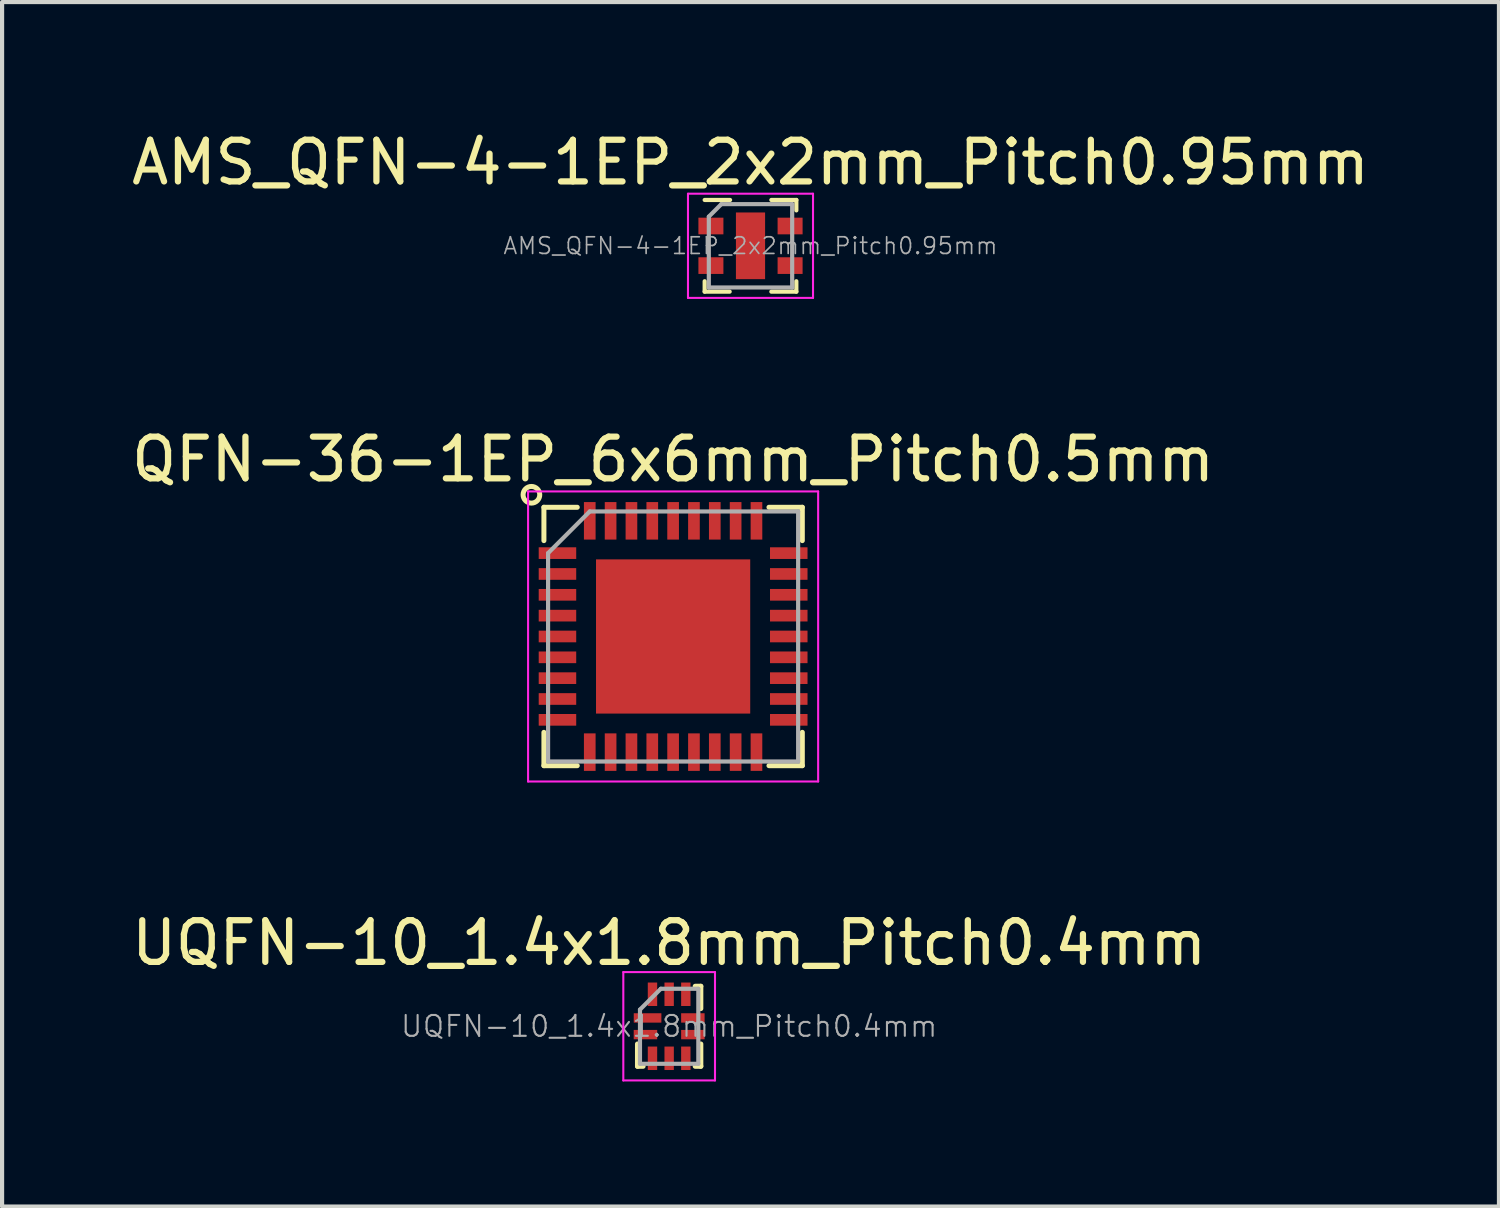
<source format=kicad_pcb>
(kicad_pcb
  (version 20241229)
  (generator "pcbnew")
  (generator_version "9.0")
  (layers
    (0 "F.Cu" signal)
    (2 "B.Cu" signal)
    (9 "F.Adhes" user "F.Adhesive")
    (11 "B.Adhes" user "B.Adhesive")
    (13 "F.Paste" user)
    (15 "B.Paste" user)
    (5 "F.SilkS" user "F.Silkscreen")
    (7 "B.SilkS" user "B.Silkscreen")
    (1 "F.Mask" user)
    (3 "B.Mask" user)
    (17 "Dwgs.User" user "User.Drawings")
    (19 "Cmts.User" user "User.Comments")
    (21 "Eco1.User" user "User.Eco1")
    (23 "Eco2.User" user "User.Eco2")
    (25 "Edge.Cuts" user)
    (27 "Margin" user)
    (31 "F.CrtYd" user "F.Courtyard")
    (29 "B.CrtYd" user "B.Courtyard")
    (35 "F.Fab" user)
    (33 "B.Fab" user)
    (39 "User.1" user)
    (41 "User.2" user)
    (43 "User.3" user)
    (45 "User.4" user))
  (footprint "UQFN-10_1.4x1.8mm_Pitch0.4mm"
    (layer "F.Cu")
    (at 13.006 21.575)
    (property "Reference" "UQFN-10_1.4x1.8mm_Pitch0.4mm" (at 0 -2 0) (layer "F.SilkS") (effects (font (size 1 1) (thickness 0.15))))
    (attr smd)
    (fp_line (start -0.76 0.96) (end -0.76 0.425) (stroke (width 0.12) (type solid)) (layer "F.SilkS"))
    (fp_line (start -0.625 0.96) (end -0.76 0.96) (stroke (width 0.12) (type solid)) (layer "F.SilkS"))
    (fp_line (start 0.76 -0.96) (end 0.625 -0.96) (stroke (width 0.12) (type solid)) (layer "F.SilkS"))
    (fp_line (start 0.76 -0.425) (end 0.76 -0.96) (stroke (width 0.12) (type solid)) (layer "F.SilkS"))
    (fp_line (start 0.76 0.96) (end 0.625 0.96) (stroke (width 0.12) (type solid)) (layer "F.SilkS"))
    (fp_line (start 0.76 0.96) (end 0.76 0.425) (stroke (width 0.12) (type solid)) (layer "F.SilkS"))
    (fp_line (start -1.1 1.3) (end -1.1 -1.3) (stroke (width 0.05) (type solid)) (layer "F.CrtYd"))
    (fp_line (start -1.1 1.3) (end 1.1 1.3) (stroke (width 0.05) (type solid)) (layer "F.CrtYd"))
    (fp_line (start 1.1 -1.3) (end -1.1 -1.3) (stroke (width 0.05) (type solid)) (layer "F.CrtYd"))
    (fp_line (start 1.1 -1.3) (end 1.1 1.3) (stroke (width 0.05) (type solid)) (layer "F.CrtYd"))
    (fp_line (start -0.7 -0.4) (end -0.7 0.9) (stroke (width 0.1) (type solid)) (layer "F.Fab"))
    (fp_line (start -0.7 0.9) (end 0.7 0.9) (stroke (width 0.1) (type solid)) (layer "F.Fab"))
    (fp_line (start -0.2 -0.9) (end -0.7 -0.4) (stroke (width 0.1) (type solid)) (layer "F.Fab"))
    (fp_line (start -0.2 -0.9) (end 0.7 -0.9) (stroke (width 0.1) (type solid)) (layer "F.Fab"))
    (fp_line (start 0.7 -0.9) (end 0.7 0.9) (stroke (width 0.1) (type solid)) (layer "F.Fab"))
    (fp_text user "${REFERENCE}" (at 0 0 0) (layer "F.Fab") (effects (font (size 0.5 0.5) (thickness 0.05))))
    (pad "1" smd rect (at -0.518 -0.2) (size 0.663 0.225) (layers "F.Cu" "F.Mask" "F.Paste"))
    (pad "2" smd rect (at -0.4 -0.768) (size 0.225 0.563) (layers "F.Cu" "F.Mask" "F.Paste"))
    (pad "3" smd rect (at 0 -0.768) (size 0.225 0.563) (layers "F.Cu" "F.Mask" "F.Paste"))
    (pad "4" smd rect (at 0.4 -0.768) (size 0.225 0.563) (layers "F.Cu" "F.Mask" "F.Paste"))
    (pad "5" smd rect (at 0.569 -0.2) (size 0.563 0.225) (layers "F.Cu" "F.Mask" "F.Paste"))
    (pad "6" smd rect (at 0.569 0.2) (size 0.563 0.225) (layers "F.Cu" "F.Mask" "F.Paste"))
    (pad "7" smd rect (at 0.4 0.768) (size 0.225 0.563) (layers "F.Cu" "F.Mask" "F.Paste"))
    (pad "8" smd rect (at 0 0.768) (size 0.225 0.563) (layers "F.Cu" "F.Mask" "F.Paste"))
    (pad "9" smd rect (at -0.4 0.768) (size 0.225 0.563) (layers "F.Cu" "F.Mask" "F.Paste"))
    (pad "10" smd rect (at -0.569 0.2) (size 0.563 0.225) (layers "F.Cu" "F.Mask" "F.Paste")))
  (footprint "AMS_QFN-4-1EP_2x2mm_Pitch0.95mm"
    (layer "F.Cu")
    (at 14.958 2.848)
    (property "Reference" "AMS_QFN-4-1EP_2x2mm_Pitch0.95mm" (at 0 -2 0) (layer "F.SilkS") (effects (font (size 1 1) (thickness 0.15))))
    (attr smd)
    (fp_line (start -1.1 1.1) (end -1.1 0.85) (stroke (width 0.1) (type solid)) (layer "F.SilkS"))
    (fp_line (start -1.1 1.1) (end -0.5 1.1) (stroke (width 0.1) (type solid)) (layer "F.SilkS"))
    (fp_line (start -0.49 -1.1) (end -1.1 -1.1) (stroke (width 0.1) (type solid)) (layer "F.SilkS"))
    (fp_line (start 1.1 -1.1) (end 0.5 -1.1) (stroke (width 0.1) (type solid)) (layer "F.SilkS"))
    (fp_line (start 1.1 -1.1) (end 1.1 -0.85) (stroke (width 0.1) (type solid)) (layer "F.SilkS"))
    (fp_line (start 1.1 1.1) (end 0.5 1.1) (stroke (width 0.1) (type solid)) (layer "F.SilkS"))
    (fp_line (start 1.1 1.1) (end 1.1 0.85) (stroke (width 0.1) (type solid)) (layer "F.SilkS"))
    (fp_line (start -1.5 -1.25) (end 1.5 -1.25) (stroke (width 0.05) (type solid)) (layer "F.CrtYd"))
    (fp_line (start -1.5 1.25) (end -1.5 -1.25) (stroke (width 0.05) (type solid)) (layer "F.CrtYd"))
    (fp_line (start 1.5 -1.25) (end 1.5 1.25) (stroke (width 0.05) (type solid)) (layer "F.CrtYd"))
    (fp_line (start 1.5 1.25) (end -1.5 1.25) (stroke (width 0.05) (type solid)) (layer "F.CrtYd"))
    (fp_line (start -1 -0.7) (end -0.7 -1) (stroke (width 0.1) (type solid)) (layer "F.Fab"))
    (fp_line (start -1 1) (end -1 -0.7) (stroke (width 0.1) (type solid)) (layer "F.Fab"))
    (fp_line (start -0.7 -1) (end 1 -1) (stroke (width 0.1) (type solid)) (layer "F.Fab"))
    (fp_line (start 1 -1) (end 1 1) (stroke (width 0.1) (type solid)) (layer "F.Fab"))
    (fp_line (start 1 1) (end -1 1) (stroke (width 0.1) (type solid)) (layer "F.Fab"))
    (fp_text user "${REFERENCE}" (at 0 0 0) (layer "F.Fab") (effects (font (size 0.4 0.4) (thickness 0.04))))
    (pad "" smd rect (at 0 0) (size 0.35 0.8) (layers "F.Paste"))
    (pad "1" smd rect (at -0.95 -0.475) (size 0.6 0.4) (layers "F.Cu" "F.Mask" "F.Paste"))
    (pad "2" smd rect (at -0.95 0.475) (size 0.6 0.4) (layers "F.Cu" "F.Mask" "F.Paste"))
    (pad "3" smd rect (at 0.95 0.475) (size 0.6 0.4) (layers "F.Cu" "F.Mask" "F.Paste"))
    (pad "4" smd rect (at 0.95 -0.475) (size 0.6 0.4) (layers "F.Cu" "F.Mask" "F.Paste"))
    (pad "5" smd rect (at 0 0) (size 0.7 1.6) (layers "F.Cu" "F.Mask")))
  (footprint "QFN-36-1EP_6x6mm_Pitch0.5mm"
    (layer "F.Cu")
    (at 13.101 12.222)
    (property "Reference" "QFN-36-1EP_6x6mm_Pitch0.5mm" (at 0 -4.25 0) (layer "F.SilkS") (effects (font (size 1 1) (thickness 0.15))))
    (attr smd)
    (fp_line (start -3.1 -3.1) (end -3.1 -2.3) (stroke (width 0.12) (type solid)) (layer "F.SilkS"))
    (fp_line (start -3.1 3.1) (end -3.1 2.3) (stroke (width 0.12) (type solid)) (layer "F.SilkS"))
    (fp_line (start -3.1 3.1) (end -2.3 3.1) (stroke (width 0.12) (type solid)) (layer "F.SilkS"))
    (fp_line (start -2.3 -3.1) (end -3.1 -3.1) (stroke (width 0.12) (type solid)) (layer "F.SilkS"))
    (fp_line (start 3.1 -3.1) (end 2.3 -3.1) (stroke (width 0.12) (type solid)) (layer "F.SilkS"))
    (fp_line (start 3.1 -3.1) (end 3.1 -2.3) (stroke (width 0.12) (type solid)) (layer "F.SilkS"))
    (fp_line (start 3.1 3.1) (end 2.3 3.1) (stroke (width 0.12) (type solid)) (layer "F.SilkS"))
    (fp_line (start 3.1 3.1) (end 3.1 2.3) (stroke (width 0.12) (type solid)) (layer "F.SilkS"))
    (fp_circle (center -3.4 -3.4) (end -3.2 -3.4) (stroke (width 0.12) (type solid)) (fill no) (layer "F.SilkS"))
    (fp_line (start -3.48 -3.48) (end -3.48 3.48) (stroke (width 0.05) (type solid)) (layer "F.CrtYd"))
    (fp_line (start -3.48 -3.48) (end 3.48 -3.48) (stroke (width 0.05) (type solid)) (layer "F.CrtYd"))
    (fp_line (start -3.48 3.48) (end 3.48 3.48) (stroke (width 0.05) (type solid)) (layer "F.CrtYd"))
    (fp_line (start 3.48 -3.48) (end 3.48 3.48) (stroke (width 0.05) (type solid)) (layer "F.CrtYd"))
    (fp_line (start -3 -2) (end -2 -3) (stroke (width 0.1) (type solid)) (layer "F.Fab"))
    (fp_line (start -3 3) (end -3 -2) (stroke (width 0.1) (type solid)) (layer "F.Fab"))
    (fp_line (start -2 -3) (end 3 -3) (stroke (width 0.1) (type solid)) (layer "F.Fab"))
    (fp_line (start 3 -3) (end 3 3) (stroke (width 0.1) (type solid)) (layer "F.Fab"))
    (fp_line (start 3 3) (end -3 3) (stroke (width 0.1) (type solid)) (layer "F.Fab"))
    (pad "1" smd rect (at -2.775 -2) (size 0.9 0.28) (layers "F.Cu" "F.Mask" "F.Paste"))
    (pad "2" smd rect (at -2.775 -1.5) (size 0.9 0.28) (layers "F.Cu" "F.Mask" "F.Paste"))
    (pad "3" smd rect (at -2.775 -1) (size 0.9 0.28) (layers "F.Cu" "F.Mask" "F.Paste"))
    (pad "4" smd rect (at -2.775 -0.5) (size 0.9 0.28) (layers "F.Cu" "F.Mask" "F.Paste"))
    (pad "5" smd rect (at -2.775 0) (size 0.9 0.28) (layers "F.Cu" "F.Mask" "F.Paste"))
    (pad "6" smd rect (at -2.775 0.5) (size 0.9 0.28) (layers "F.Cu" "F.Mask" "F.Paste"))
    (pad "7" smd rect (at -2.775 1) (size 0.9 0.28) (layers "F.Cu" "F.Mask" "F.Paste"))
    (pad "8" smd rect (at -2.775 1.5) (size 0.9 0.28) (layers "F.Cu" "F.Mask" "F.Paste"))
    (pad "9" smd rect (at -2.775 2) (size 0.9 0.28) (layers "F.Cu" "F.Mask" "F.Paste"))
    (pad "10" smd rect (at -2 2.775 90) (size 0.9 0.28) (layers "F.Cu" "F.Mask" "F.Paste"))
    (pad "11" smd rect (at -1.5 2.775 90) (size 0.9 0.28) (layers "F.Cu" "F.Mask" "F.Paste"))
    (pad "12" smd rect (at -1 2.775 90) (size 0.9 0.28) (layers "F.Cu" "F.Mask" "F.Paste"))
    (pad "13" smd rect (at -0.5 2.775 90) (size 0.9 0.28) (layers "F.Cu" "F.Mask" "F.Paste"))
    (pad "14" smd rect (at 0 2.775 90) (size 0.9 0.28) (layers "F.Cu" "F.Mask" "F.Paste"))
    (pad "15" smd rect (at 0.5 2.775 90) (size 0.9 0.28) (layers "F.Cu" "F.Mask" "F.Paste"))
    (pad "16" smd rect (at 1 2.775 90) (size 0.9 0.28) (layers "F.Cu" "F.Mask" "F.Paste"))
    (pad "17" smd rect (at 1.5 2.775 90) (size 0.9 0.28) (layers "F.Cu" "F.Mask" "F.Paste"))
    (pad "18" smd rect (at 2 2.775 90) (size 0.9 0.28) (layers "F.Cu" "F.Mask" "F.Paste"))
    (pad "19" smd rect (at 2.775 2) (size 0.9 0.28) (layers "F.Cu" "F.Mask" "F.Paste"))
    (pad "20" smd rect (at 2.775 1.5) (size 0.9 0.28) (layers "F.Cu" "F.Mask" "F.Paste"))
    (pad "21" smd rect (at 2.775 1) (size 0.9 0.28) (layers "F.Cu" "F.Mask" "F.Paste"))
    (pad "22" smd rect (at 2.775 0.5) (size 0.9 0.28) (layers "F.Cu" "F.Mask" "F.Paste"))
    (pad "23" smd rect (at 2.775 0) (size 0.9 0.28) (layers "F.Cu" "F.Mask" "F.Paste"))
    (pad "24" smd rect (at 2.775 -0.5) (size 0.9 0.28) (layers "F.Cu" "F.Mask" "F.Paste"))
    (pad "25" smd rect (at 2.775 -1) (size 0.9 0.28) (layers "F.Cu" "F.Mask" "F.Paste"))
    (pad "26" smd rect (at 2.775 -1.5) (size 0.9 0.28) (layers "F.Cu" "F.Mask" "F.Paste"))
    (pad "27" smd rect (at 2.775 -2) (size 0.9 0.28) (layers "F.Cu" "F.Mask" "F.Paste"))
    (pad "28" smd rect (at 2 -2.775 90) (size 0.9 0.28) (layers "F.Cu" "F.Mask" "F.Paste"))
    (pad "29" smd rect (at 1.5 -2.775 90) (size 0.9 0.28) (layers "F.Cu" "F.Mask" "F.Paste"))
    (pad "30" smd rect (at 1 -2.775 90) (size 0.9 0.28) (layers "F.Cu" "F.Mask" "F.Paste"))
    (pad "31" smd rect (at 0.5 -2.775 90) (size 0.9 0.28) (layers "F.Cu" "F.Mask" "F.Paste"))
    (pad "32" smd rect (at 0 -2.775 90) (size 0.9 0.28) (layers "F.Cu" "F.Mask" "F.Paste"))
    (pad "33" smd rect (at -0.5 -2.775 90) (size 0.9 0.28) (layers "F.Cu" "F.Mask" "F.Paste"))
    (pad "34" smd rect (at -1 -2.775 90) (size 0.9 0.28) (layers "F.Cu" "F.Mask" "F.Paste"))
    (pad "35" smd rect (at -1.5 -2.775 90) (size 0.9 0.28) (layers "F.Cu" "F.Mask" "F.Paste"))
    (pad "36" smd rect (at -2 -2.775 90) (size 0.9 0.28) (layers "F.Cu" "F.Mask" "F.Paste"))
    (pad "37" smd rect (at 0 0) (size 3.7 3.7) (layers "F.Cu" "F.Mask" "F.Paste")))
  (gr_rect
    (start -3 -3)
    (end 32.917 25.9)
    (stroke (width 0.1) (type default))
    (fill no)
    (layer "Edge.Cuts")))
</source>
